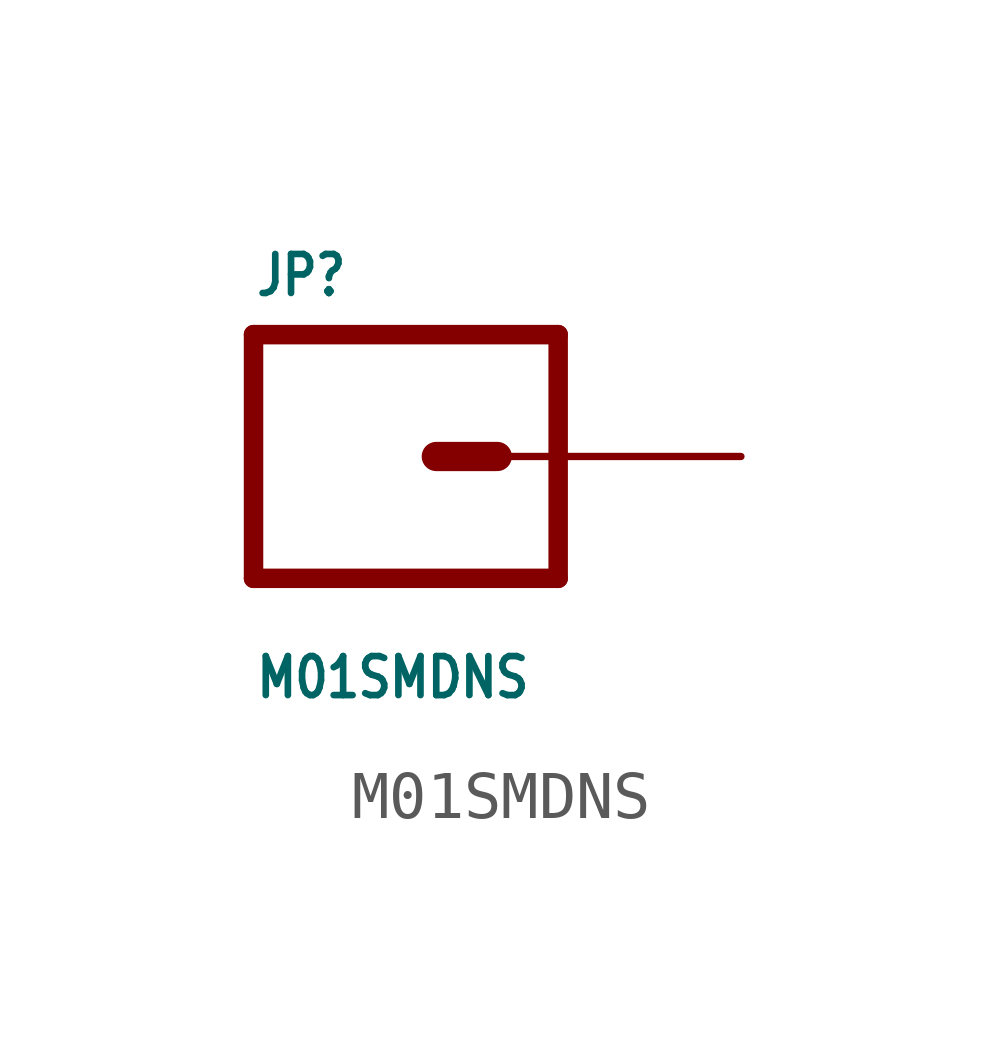
<source format=kicad_sym>
(kicad_symbol_lib
  (version 20211014)
  (generator kicad_symbol_editor)
  (symbol "M01SMDNS"
    (property "Reference" "JP"
      (at -2.54 3.302 0)
      (effects (font (size 0.813 0.691) bold) (justify left bottom)))
    (property "Value" "M01SMDNS"
      (at -2.54 -5.08 0)
      (effects (font (size 0.813 0.691) bold) (justify left bottom)))
    (property "ki_locked" ""
      (at 0 0 0)
      (effects (font (size 1.27 1.27))))
    (symbol "M01SMDNS_1_0"
      (polyline (pts (xy -2.54 2.54) (xy -2.54 -2.54)) (stroke (width 0.406) (type default) (color 0 0 0 0)) (fill (type none)))
      (polyline (pts (xy -2.54 2.54) (xy 3.81 2.54)) (stroke (width 0.406) (type default) (color 0 0 0 0)) (fill (type none)))
      (polyline (pts (xy 1.27 0) (xy 2.54 0)) (stroke (width 0.61) (type default) (color 0 0 0 0)) (fill (type none)))
      (polyline (pts (xy 3.81 -2.54) (xy -2.54 -2.54)) (stroke (width 0.406) (type default) (color 0 0 0 0)) (fill (type none)))
      (polyline (pts (xy 3.81 -2.54) (xy 3.81 2.54)) (stroke (width 0.406) (type default) (color 0 0 0 0)) (fill (type none)))
      (pin passive line (at 7.62 0 180) (length 5.08) (name "1" (effects (font (size 0 0)))) (number "1" (effects (font (size 0 0))))))))
</source>
